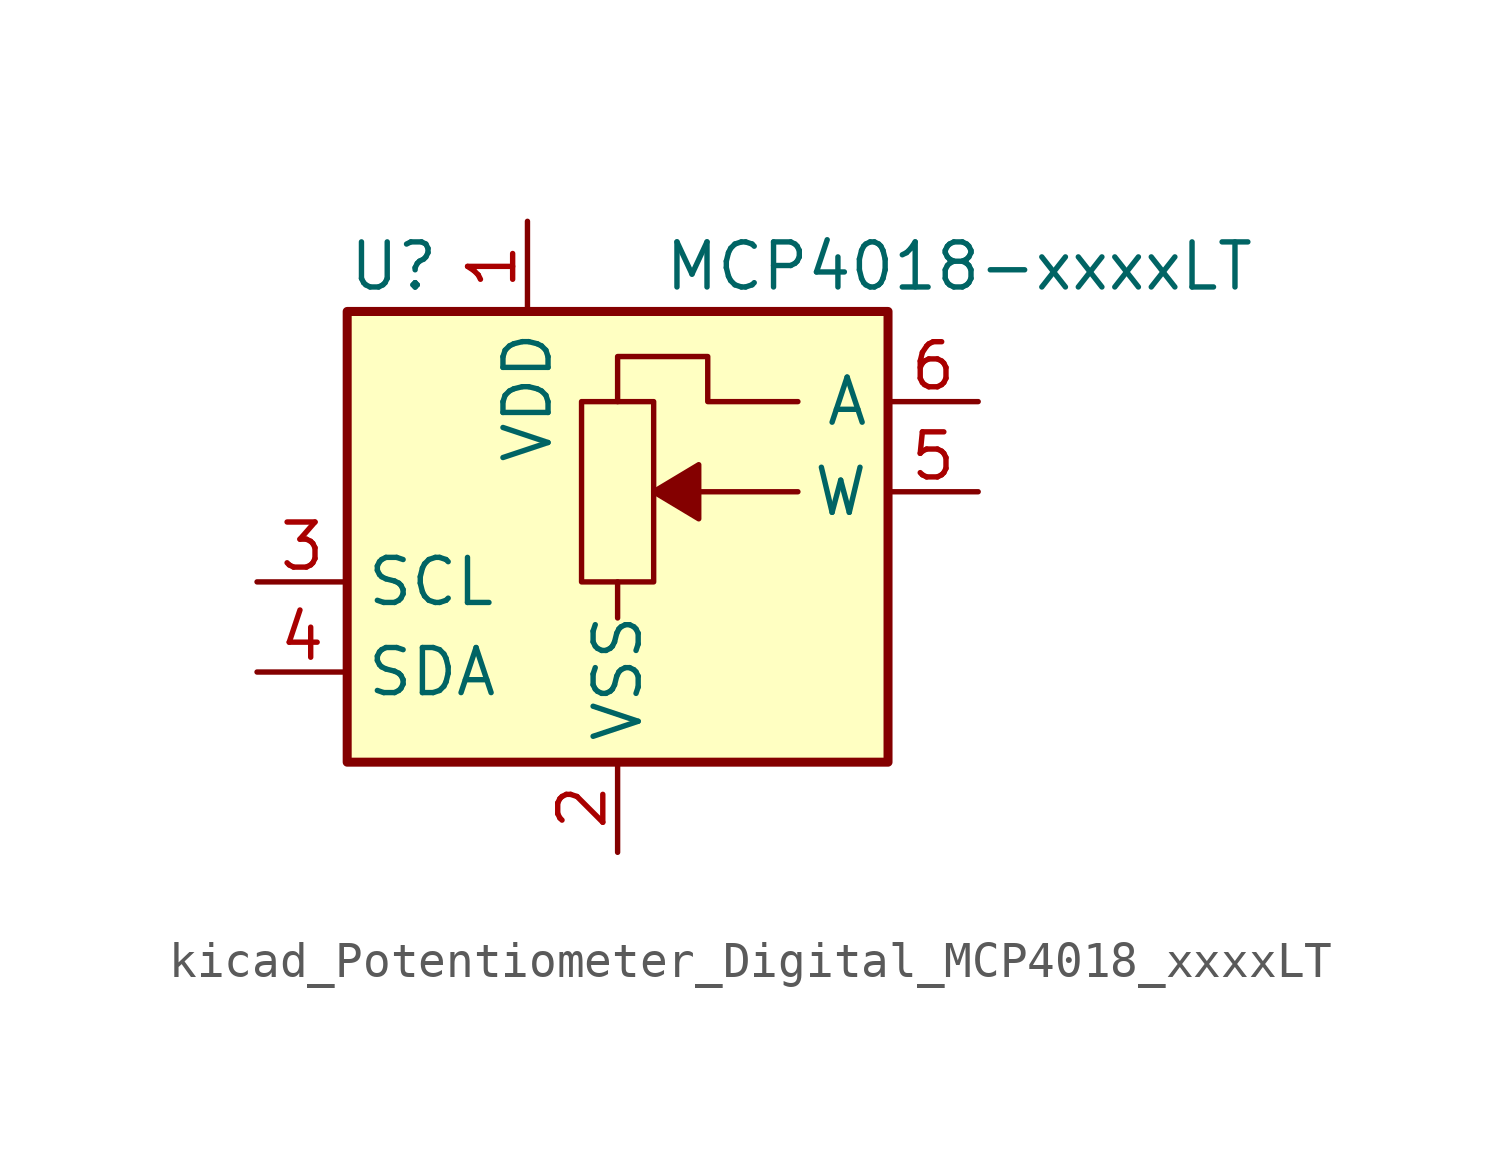
<source format=kicad_sym>
(kicad_symbol_lib
  (version 20220914)
  (generator kicad_symbol_editor)
  (symbol "kicad_Potentiometer_Digital_MCP4018_xxxxLT"
    (property "Reference" "U"
      (at -7.62 8.89 0)
      (effects (font (size 1.27 1.27)) (justify left)))
    (property "Value" "MCP4018-xxxxLT"
      (at 1.27 8.89 0)
      (effects (font (size 1.27 1.27)) (justify left)))
    (symbol "kicad_Potentiometer_Digital_MCP4018_xxxxLT_0_1"
      (polyline (pts (xy 0 0) (xy 0 -1.016)) (stroke (width 0) (type default)) (fill (type none)))
      (polyline (pts (xy 5.08 5.08) (xy 2.54 5.08) (xy 2.54 6.35) (xy 0 6.35) (xy 0 5.08)) (stroke (width 0) (type default)) (fill (type none))))
    (symbol "kicad_Potentiometer_Digital_MCP4018_xxxxLT_1_1"
      (rectangle (start -7.62 7.62) (end 7.62 -5.08) (stroke (width 0.254) (type default)) (fill (type background)))
      (polyline (pts (xy 5.08 2.54) (xy 2.286 2.54)) (stroke (width 0) (type default)) (fill (type none)))
      (polyline (pts (xy 2.286 1.778) (xy 2.286 3.302) (xy 1.016 2.54) (xy 2.286 1.778)) (stroke (width 0) (type default)) (fill (type outline)))
      (rectangle (start 1.016 0) (end -1.016 5.08) (stroke (width 0) (type default)) (fill (type none)))
      (pin power_in line (at -2.54 10.16 270) (length 2.54) (name "VDD" (effects (font (size 1.27 1.27)))) (number "1" (effects (font (size 1.27 1.27)))))
      (pin power_in line (at 0 -7.62 90) (length 2.54) (name "VSS" (effects (font (size 1.27 1.27)))) (number "2" (effects (font (size 1.27 1.27)))))
      (pin input line (at -10.16 0 0) (length 2.54) (name "SCL" (effects (font (size 1.27 1.27)))) (number "3" (effects (font (size 1.27 1.27)))))
      (pin bidirectional line (at -10.16 -2.54 0) (length 2.54) (name "SDA" (effects (font (size 1.27 1.27)))) (number "4" (effects (font (size 1.27 1.27)))))
      (pin passive line (at 10.16 2.54 180) (length 2.54) (name "W" (effects (font (size 1.27 1.27)))) (number "5" (effects (font (size 1.27 1.27)))))
      (pin passive line (at 10.16 5.08 180) (length 2.54) (name "A" (effects (font (size 1.27 1.27)))) (number "6" (effects (font (size 1.27 1.27))))))))
</source>
